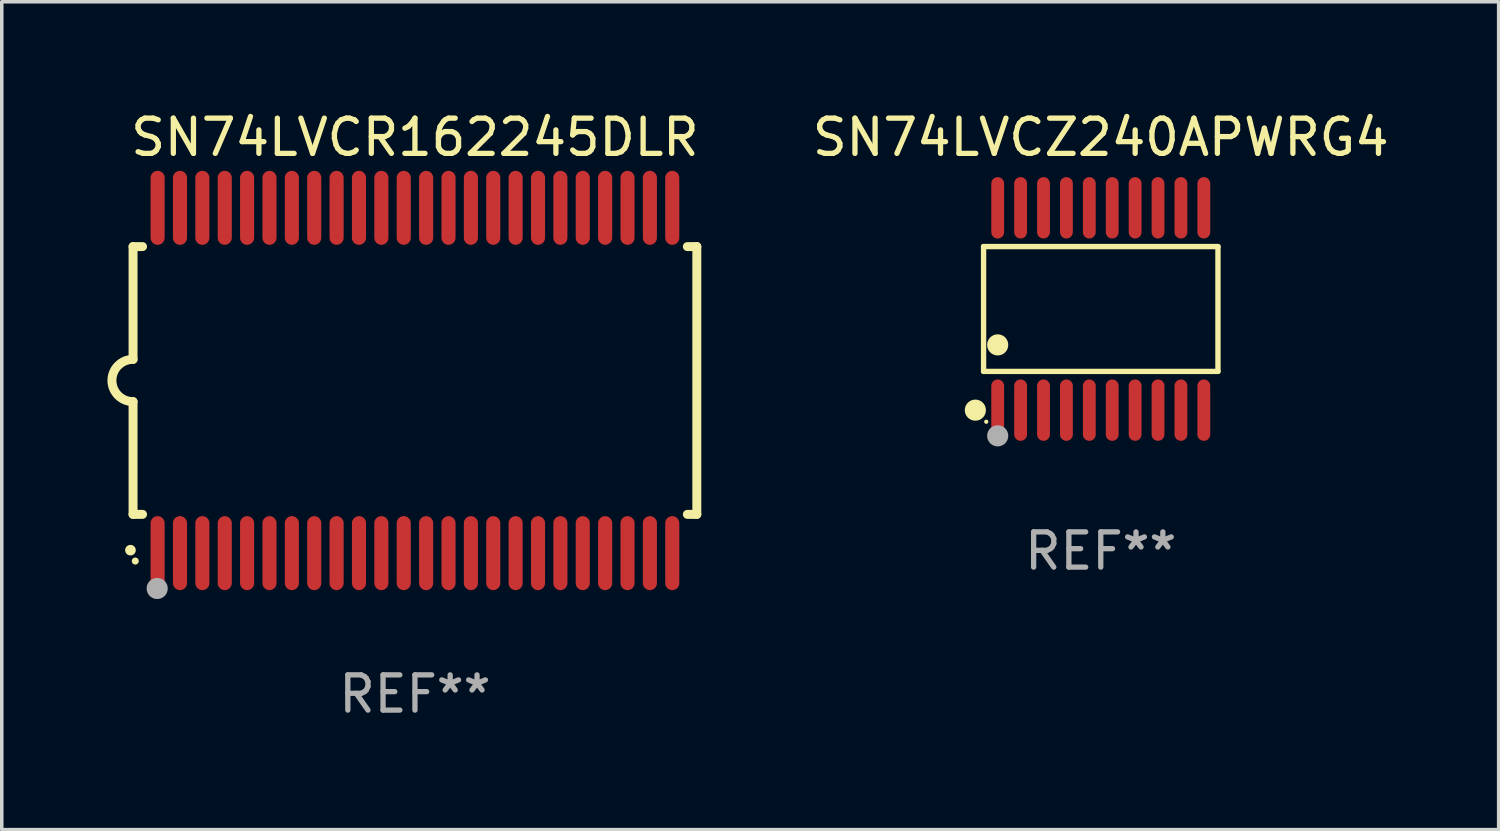
<source format=kicad_pcb>
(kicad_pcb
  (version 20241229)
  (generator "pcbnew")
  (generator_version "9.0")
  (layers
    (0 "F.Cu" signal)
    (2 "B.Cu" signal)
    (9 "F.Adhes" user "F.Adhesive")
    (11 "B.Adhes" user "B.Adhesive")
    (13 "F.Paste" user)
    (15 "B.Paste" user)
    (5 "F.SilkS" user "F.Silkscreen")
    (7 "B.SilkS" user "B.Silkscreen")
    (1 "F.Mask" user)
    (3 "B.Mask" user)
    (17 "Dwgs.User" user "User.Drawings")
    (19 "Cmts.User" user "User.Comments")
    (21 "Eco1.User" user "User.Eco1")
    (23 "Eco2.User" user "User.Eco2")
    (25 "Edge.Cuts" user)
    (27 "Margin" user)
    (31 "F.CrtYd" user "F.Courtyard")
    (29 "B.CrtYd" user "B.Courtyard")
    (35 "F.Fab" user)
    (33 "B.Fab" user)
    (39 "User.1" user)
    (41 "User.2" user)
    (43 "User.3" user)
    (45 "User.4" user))
  (footprint "SN74LVCR162245DLR"
    (layer "F.Cu")
    (at 8.726 7.748)
    (property "Reference" "SN74LVCR162245DLR" (at 0 -6.9 0) (layer "F.SilkS") (effects (font (size 1 1) (thickness 0.15))))
    (attr through_hole)
    (fp_line (start -8 -3.8) (end -8 -0.599) (stroke (width 0.254) (type solid)) (layer "F.SilkS"))
    (fp_line (start -8 -3.8) (end -7.731 -3.8) (stroke (width 0.254) (type solid)) (layer "F.SilkS"))
    (fp_line (start -8 3.8) (end -8 0.599) (stroke (width 0.254) (type solid)) (layer "F.SilkS"))
    (fp_line (start -7.731 3.8) (end -8 3.8) (stroke (width 0.254) (type solid)) (layer "F.SilkS"))
    (fp_line (start 7.731 -3.8) (end 8 -3.8) (stroke (width 0.254) (type solid)) (layer "F.SilkS"))
    (fp_line (start 8 -3.8) (end 8 3.8) (stroke (width 0.254) (type solid)) (layer "F.SilkS"))
    (fp_line (start 8 3.8) (end 7.731 3.8) (stroke (width 0.254) (type solid)) (layer "F.SilkS"))
    (fp_arc (start -8.074676 4.81585) (mid -8.073406 4.815845) (end -8.072136 4.81585) (stroke (width 0.3) (type solid)) (layer "F.SilkS"))
    (fp_arc (start -8.000025 0.6) (mid -8.598908 0.00056) (end -8.000027 -0.598882) (stroke (width 0.254001) (type solid)) (layer "F.SilkS"))
    (fp_circle (center -7.937 5.125) (end -7.887 5.125) (stroke (width 0.1) (type solid)) (fill no) (layer "F.SilkS"))
    (fp_circle (center -7.315 5.903) (end -7.165 5.903) (stroke (width 0.3) (type solid)) (fill no) (layer "F.Fab"))
    (fp_text user "REF**" (at 0 8.9 0) (layer "F.Fab") (effects (font (size 1 1) (thickness 0.15))))
    (pad "1" smd oval (at -7.303 4.9) (size 0.4 2.1) (layers "F.Cu" "F.Mask" "F.Paste"))
    (pad "2" smd oval (at -6.668 4.9) (size 0.4 2.1) (layers "F.Cu" "F.Mask" "F.Paste"))
    (pad "3" smd oval (at -6.033 4.9) (size 0.4 2.1) (layers "F.Cu" "F.Mask" "F.Paste"))
    (pad "4" smd oval (at -5.398 4.9) (size 0.4 2.1) (layers "F.Cu" "F.Mask" "F.Paste"))
    (pad "5" smd oval (at -4.763 4.9) (size 0.4 2.1) (layers "F.Cu" "F.Mask" "F.Paste"))
    (pad "6" smd oval (at -4.128 4.9) (size 0.4 2.1) (layers "F.Cu" "F.Mask" "F.Paste"))
    (pad "7" smd oval (at -3.493 4.9) (size 0.4 2.1) (layers "F.Cu" "F.Mask" "F.Paste"))
    (pad "8" smd oval (at -2.858 4.9) (size 0.4 2.1) (layers "F.Cu" "F.Mask" "F.Paste"))
    (pad "9" smd oval (at -2.223 4.9) (size 0.4 2.1) (layers "F.Cu" "F.Mask" "F.Paste"))
    (pad "10" smd oval (at -1.588 4.9) (size 0.4 2.1) (layers "F.Cu" "F.Mask" "F.Paste"))
    (pad "11" smd oval (at -0.953 4.9) (size 0.4 2.1) (layers "F.Cu" "F.Mask" "F.Paste"))
    (pad "12" smd oval (at -0.318 4.9) (size 0.4 2.1) (layers "F.Cu" "F.Mask" "F.Paste"))
    (pad "13" smd oval (at 0.318 4.9) (size 0.4 2.1) (layers "F.Cu" "F.Mask" "F.Paste"))
    (pad "14" smd oval (at 0.953 4.9) (size 0.4 2.1) (layers "F.Cu" "F.Mask" "F.Paste"))
    (pad "15" smd oval (at 1.588 4.9) (size 0.4 2.1) (layers "F.Cu" "F.Mask" "F.Paste"))
    (pad "16" smd oval (at 2.223 4.9) (size 0.4 2.1) (layers "F.Cu" "F.Mask" "F.Paste"))
    (pad "17" smd oval (at 2.858 4.9) (size 0.4 2.1) (layers "F.Cu" "F.Mask" "F.Paste"))
    (pad "18" smd oval (at 3.493 4.9) (size 0.4 2.1) (layers "F.Cu" "F.Mask" "F.Paste"))
    (pad "19" smd oval (at 4.128 4.9) (size 0.4 2.1) (layers "F.Cu" "F.Mask" "F.Paste"))
    (pad "20" smd oval (at 4.763 4.9) (size 0.4 2.1) (layers "F.Cu" "F.Mask" "F.Paste"))
    (pad "21" smd oval (at 5.398 4.9) (size 0.4 2.1) (layers "F.Cu" "F.Mask" "F.Paste"))
    (pad "22" smd oval (at 6.033 4.9) (size 0.4 2.1) (layers "F.Cu" "F.Mask" "F.Paste"))
    (pad "23" smd oval (at 6.668 4.9) (size 0.4 2.1) (layers "F.Cu" "F.Mask" "F.Paste"))
    (pad "24" smd oval (at 7.303 4.9) (size 0.4 2.1) (layers "F.Cu" "F.Mask" "F.Paste"))
    (pad "25" smd oval (at 7.303 -4.9 180) (size 0.4 2.1) (layers "F.Cu" "F.Mask" "F.Paste"))
    (pad "26" smd oval (at 6.668 -4.9 180) (size 0.4 2.1) (layers "F.Cu" "F.Mask" "F.Paste"))
    (pad "27" smd oval (at 6.033 -4.9 180) (size 0.4 2.1) (layers "F.Cu" "F.Mask" "F.Paste"))
    (pad "28" smd oval (at 5.398 -4.9 180) (size 0.4 2.1) (layers "F.Cu" "F.Mask" "F.Paste"))
    (pad "29" smd oval (at 4.763 -4.9 180) (size 0.4 2.1) (layers "F.Cu" "F.Mask" "F.Paste"))
    (pad "30" smd oval (at 4.128 -4.9 180) (size 0.4 2.1) (layers "F.Cu" "F.Mask" "F.Paste"))
    (pad "31" smd oval (at 3.493 -4.9 180) (size 0.4 2.1) (layers "F.Cu" "F.Mask" "F.Paste"))
    (pad "32" smd oval (at 2.858 -4.9 180) (size 0.4 2.1) (layers "F.Cu" "F.Mask" "F.Paste"))
    (pad "33" smd oval (at 2.223 -4.9 180) (size 0.4 2.1) (layers "F.Cu" "F.Mask" "F.Paste"))
    (pad "34" smd oval (at 1.588 -4.9 180) (size 0.4 2.1) (layers "F.Cu" "F.Mask" "F.Paste"))
    (pad "35" smd oval (at 0.953 -4.9 180) (size 0.4 2.1) (layers "F.Cu" "F.Mask" "F.Paste"))
    (pad "36" smd oval (at 0.318 -4.9 180) (size 0.4 2.1) (layers "F.Cu" "F.Mask" "F.Paste"))
    (pad "37" smd oval (at -0.318 -4.9 180) (size 0.4 2.1) (layers "F.Cu" "F.Mask" "F.Paste"))
    (pad "38" smd oval (at -0.953 -4.9 180) (size 0.4 2.1) (layers "F.Cu" "F.Mask" "F.Paste"))
    (pad "39" smd oval (at -1.588 -4.9 180) (size 0.4 2.1) (layers "F.Cu" "F.Mask" "F.Paste"))
    (pad "40" smd oval (at -2.223 -4.9 180) (size 0.4 2.1) (layers "F.Cu" "F.Mask" "F.Paste"))
    (pad "41" smd oval (at -2.858 -4.9 180) (size 0.4 2.1) (layers "F.Cu" "F.Mask" "F.Paste"))
    (pad "42" smd oval (at -3.493 -4.9 180) (size 0.4 2.1) (layers "F.Cu" "F.Mask" "F.Paste"))
    (pad "43" smd oval (at -4.128 -4.9 180) (size 0.4 2.1) (layers "F.Cu" "F.Mask" "F.Paste"))
    (pad "44" smd oval (at -4.763 -4.9 180) (size 0.4 2.1) (layers "F.Cu" "F.Mask" "F.Paste"))
    (pad "45" smd oval (at -5.398 -4.9 180) (size 0.4 2.1) (layers "F.Cu" "F.Mask" "F.Paste"))
    (pad "46" smd oval (at -6.033 -4.9 180) (size 0.4 2.1) (layers "F.Cu" "F.Mask" "F.Paste"))
    (pad "47" smd oval (at -6.668 -4.9 180) (size 0.4 2.1) (layers "F.Cu" "F.Mask" "F.Paste"))
    (pad "48" smd oval (at -7.303 -4.9 180) (size 0.4 2.1) (layers "F.Cu" "F.Mask" "F.Paste")))
  (footprint "SN74LVCZ240APWRG4"
    (layer "F.Cu")
    (at 28.19 5.719)
    (property "Reference" "SN74LVCZ240APWRG4" (at 0 -4.871 0) (layer "F.SilkS") (effects (font (size 1 1) (thickness 0.15))))
    (attr through_hole)
    (fp_line (start -3.326 -1.771) (end 3.326 -1.771) (stroke (width 0.152) (type solid)) (layer "F.SilkS"))
    (fp_line (start -3.326 1.771) (end -3.326 -1.771) (stroke (width 0.152) (type solid)) (layer "F.SilkS"))
    (fp_line (start 3.326 -1.771) (end 3.326 1.771) (stroke (width 0.152) (type solid)) (layer "F.SilkS"))
    (fp_line (start 3.326 1.771) (end -3.326 1.771) (stroke (width 0.152) (type solid)) (layer "F.SilkS"))
    (fp_circle (center -3.559 2.871) (end -3.409 2.871) (stroke (width 0.3) (type solid)) (fill no) (layer "F.SilkS"))
    (fp_circle (center -3.25 3.2) (end -3.22 3.2) (stroke (width 0.06) (type solid)) (fill no) (layer "F.SilkS"))
    (fp_circle (center -2.925 1.019) (end -2.775 1.019) (stroke (width 0.3) (type solid)) (fill no) (layer "F.SilkS"))
    (fp_circle (center -2.925 3.6) (end -2.775 3.6) (stroke (width 0.3) (type solid)) (fill no) (layer "F.Fab"))
    (fp_text user "REF**" (at 0 6.871 0) (layer "F.Fab") (effects (font (size 1 1) (thickness 0.15))))
    (pad "1" smd oval (at -2.925 2.871) (size 0.364 1.742) (layers "F.Cu" "F.Mask" "F.Paste"))
    (pad "2" smd oval (at -2.275 2.871) (size 0.364 1.742) (layers "F.Cu" "F.Mask" "F.Paste"))
    (pad "3" smd oval (at -1.625 2.871) (size 0.364 1.742) (layers "F.Cu" "F.Mask" "F.Paste"))
    (pad "4" smd oval (at -0.975 2.871) (size 0.364 1.742) (layers "F.Cu" "F.Mask" "F.Paste"))
    (pad "5" smd oval (at -0.325 2.871) (size 0.364 1.742) (layers "F.Cu" "F.Mask" "F.Paste"))
    (pad "6" smd oval (at 0.325 2.871) (size 0.364 1.742) (layers "F.Cu" "F.Mask" "F.Paste"))
    (pad "7" smd oval (at 0.975 2.871) (size 0.364 1.742) (layers "F.Cu" "F.Mask" "F.Paste"))
    (pad "8" smd oval (at 1.625 2.871) (size 0.364 1.742) (layers "F.Cu" "F.Mask" "F.Paste"))
    (pad "9" smd oval (at 2.275 2.871) (size 0.364 1.742) (layers "F.Cu" "F.Mask" "F.Paste"))
    (pad "10" smd oval (at 2.925 2.871) (size 0.364 1.742) (layers "F.Cu" "F.Mask" "F.Paste"))
    (pad "11" smd oval (at 2.925 -2.871) (size 0.364 1.742) (layers "F.Cu" "F.Mask" "F.Paste"))
    (pad "12" smd oval (at 2.275 -2.871) (size 0.364 1.742) (layers "F.Cu" "F.Mask" "F.Paste"))
    (pad "13" smd oval (at 1.625 -2.871) (size 0.364 1.742) (layers "F.Cu" "F.Mask" "F.Paste"))
    (pad "14" smd oval (at 0.975 -2.871) (size 0.364 1.742) (layers "F.Cu" "F.Mask" "F.Paste"))
    (pad "15" smd oval (at 0.325 -2.871) (size 0.364 1.742) (layers "F.Cu" "F.Mask" "F.Paste"))
    (pad "16" smd oval (at -0.325 -2.871) (size 0.364 1.742) (layers "F.Cu" "F.Mask" "F.Paste"))
    (pad "17" smd oval (at -0.975 -2.871) (size 0.364 1.742) (layers "F.Cu" "F.Mask" "F.Paste"))
    (pad "18" smd oval (at -1.625 -2.871) (size 0.364 1.742) (layers "F.Cu" "F.Mask" "F.Paste"))
    (pad "19" smd oval (at -2.275 -2.871) (size 0.364 1.742) (layers "F.Cu" "F.Mask" "F.Paste"))
    (pad "20" smd oval (at -2.925 -2.871) (size 0.364 1.742) (layers "F.Cu" "F.Mask" "F.Paste")))
  (gr_rect
    (start -3 -3)
    (end 39.482 20.496)
    (stroke (width 0.1) (type default))
    (fill no)
    (layer "Edge.Cuts")))
</source>
